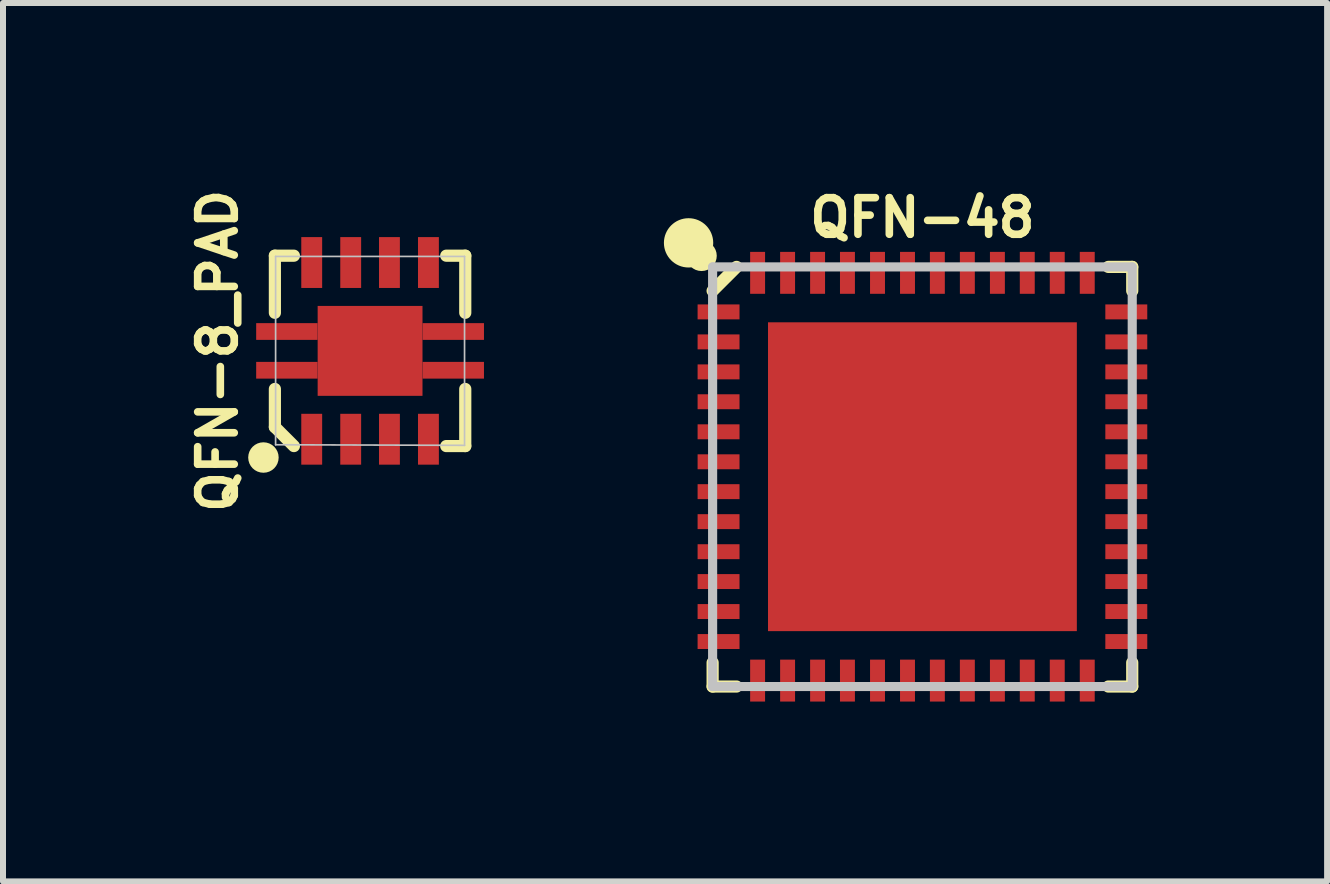
<source format=kicad_pcb>
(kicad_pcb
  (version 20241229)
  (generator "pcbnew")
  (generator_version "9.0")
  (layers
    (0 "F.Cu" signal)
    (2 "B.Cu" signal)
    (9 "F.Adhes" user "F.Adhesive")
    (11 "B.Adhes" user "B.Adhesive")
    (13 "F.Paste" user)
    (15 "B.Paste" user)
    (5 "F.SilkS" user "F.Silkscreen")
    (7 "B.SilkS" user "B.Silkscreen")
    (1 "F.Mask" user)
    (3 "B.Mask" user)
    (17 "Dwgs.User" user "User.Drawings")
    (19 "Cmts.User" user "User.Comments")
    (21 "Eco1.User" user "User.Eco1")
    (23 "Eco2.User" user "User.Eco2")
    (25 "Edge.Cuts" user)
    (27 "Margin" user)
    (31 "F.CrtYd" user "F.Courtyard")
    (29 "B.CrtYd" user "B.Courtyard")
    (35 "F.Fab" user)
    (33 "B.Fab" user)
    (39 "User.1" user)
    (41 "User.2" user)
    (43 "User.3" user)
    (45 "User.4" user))
  (footprint "QFN-48"
    (layer "F.Cu")
    (at 12.329 4.898)
    (property "Reference" "QFN-48" (at 0 -4.318 0) (layer "F.SilkS") (effects (font (size 0.61 0.61) (thickness 0.127))))
    (attr smd)
    (fp_line (start -3.498 -3.099) (end -3.099 -3.498) (stroke (width 0.203) (type solid)) (layer "F.SilkS"))
    (fp_line (start -3.498 3.498) (end -3.498 3.099) (stroke (width 0.203) (type solid)) (layer "F.SilkS"))
    (fp_line (start -3.099 3.498) (end -3.498 3.498) (stroke (width 0.203) (type solid)) (layer "F.SilkS"))
    (fp_line (start 3.099 -3.498) (end 3.498 -3.498) (stroke (width 0.203) (type solid)) (layer "F.SilkS"))
    (fp_line (start 3.498 -3.498) (end 3.498 -3.099) (stroke (width 0.203) (type solid)) (layer "F.SilkS"))
    (fp_line (start 3.498 3.099) (end 3.498 3.498) (stroke (width 0.203) (type solid)) (layer "F.SilkS"))
    (fp_line (start 3.498 3.498) (end 3.099 3.498) (stroke (width 0.203) (type solid)) (layer "F.SilkS"))
    (fp_circle (center -3.899 -3.899) (end -3.899 -4.31) (stroke (width 0) (type solid)) (fill yes) (layer "F.SilkS"))
    (fp_circle (center -3.683 -3.683) (end -3.556 -3.683) (stroke (width 0.254) (type solid)) (fill no) (layer "F.SilkS"))
    (fp_line (start -3.498 -3.498) (end -3.498 3.498) (stroke (width 0.152) (type solid)) (layer "Dwgs.User"))
    (fp_line (start -3.498 3.498) (end 3.498 3.498) (stroke (width 0.152) (type solid)) (layer "Dwgs.User"))
    (fp_line (start 3.498 -3.498) (end -3.498 -3.498) (stroke (width 0.152) (type solid)) (layer "Dwgs.User"))
    (fp_line (start 3.498 3.498) (end 3.498 -3.498) (stroke (width 0.152) (type solid)) (layer "Dwgs.User"))
    (pad "1" smd rect (at -3.399 -2.748) (size 0.699 0.249) (layers "F.Cu" "F.Mask" "F.Paste"))
    (pad "2" smd rect (at -3.399 -2.248) (size 0.699 0.249) (layers "F.Cu" "F.Mask" "F.Paste"))
    (pad "3" smd rect (at -3.399 -1.748) (size 0.699 0.249) (layers "F.Cu" "F.Mask" "F.Paste"))
    (pad "4" smd rect (at -3.399 -1.25) (size 0.699 0.249) (layers "F.Cu" "F.Mask" "F.Paste"))
    (pad "5" smd rect (at -3.399 -0.749) (size 0.699 0.249) (layers "F.Cu" "F.Mask" "F.Paste"))
    (pad "6" smd rect (at -3.399 -0.249) (size 0.699 0.249) (layers "F.Cu" "F.Mask" "F.Paste"))
    (pad "7" smd rect (at -3.399 0.249) (size 0.699 0.249) (layers "F.Cu" "F.Mask" "F.Paste"))
    (pad "8" smd rect (at -3.399 0.749) (size 0.699 0.249) (layers "F.Cu" "F.Mask" "F.Paste"))
    (pad "9" smd rect (at -3.399 1.25) (size 0.699 0.249) (layers "F.Cu" "F.Mask" "F.Paste"))
    (pad "10" smd rect (at -3.399 1.748) (size 0.699 0.249) (layers "F.Cu" "F.Mask" "F.Paste"))
    (pad "11" smd rect (at -3.399 2.248) (size 0.699 0.249) (layers "F.Cu" "F.Mask" "F.Paste"))
    (pad "12" smd rect (at -3.399 2.748) (size 0.699 0.249) (layers "F.Cu" "F.Mask" "F.Paste"))
    (pad "13" smd rect (at -2.748 3.399 90) (size 0.699 0.249) (layers "F.Cu" "F.Mask" "F.Paste"))
    (pad "14" smd rect (at -2.248 3.399 90) (size 0.699 0.249) (layers "F.Cu" "F.Mask" "F.Paste"))
    (pad "15" smd rect (at -1.748 3.399 90) (size 0.699 0.249) (layers "F.Cu" "F.Mask" "F.Paste"))
    (pad "16" smd rect (at -1.25 3.399 90) (size 0.699 0.249) (layers "F.Cu" "F.Mask" "F.Paste"))
    (pad "17" smd rect (at -0.749 3.399 90) (size 0.699 0.249) (layers "F.Cu" "F.Mask" "F.Paste"))
    (pad "18" smd rect (at -0.249 3.399 90) (size 0.699 0.249) (layers "F.Cu" "F.Mask" "F.Paste"))
    (pad "19" smd rect (at 0.249 3.399 90) (size 0.699 0.249) (layers "F.Cu" "F.Mask" "F.Paste"))
    (pad "20" smd rect (at 0.749 3.399 90) (size 0.699 0.249) (layers "F.Cu" "F.Mask" "F.Paste"))
    (pad "21" smd rect (at 1.25 3.399 90) (size 0.699 0.249) (layers "F.Cu" "F.Mask" "F.Paste"))
    (pad "22" smd rect (at 1.748 3.399 90) (size 0.699 0.249) (layers "F.Cu" "F.Mask" "F.Paste"))
    (pad "23" smd rect (at 2.248 3.399 90) (size 0.699 0.249) (layers "F.Cu" "F.Mask" "F.Paste"))
    (pad "24" smd rect (at 2.748 3.399 90) (size 0.699 0.249) (layers "F.Cu" "F.Mask" "F.Paste"))
    (pad "25" smd rect (at 3.399 2.748 180) (size 0.699 0.249) (layers "F.Cu" "F.Mask" "F.Paste"))
    (pad "26" smd rect (at 3.399 2.248 180) (size 0.699 0.249) (layers "F.Cu" "F.Mask" "F.Paste"))
    (pad "27" smd rect (at 3.399 1.748 180) (size 0.699 0.249) (layers "F.Cu" "F.Mask" "F.Paste"))
    (pad "28" smd rect (at 3.399 1.25 180) (size 0.699 0.249) (layers "F.Cu" "F.Mask" "F.Paste"))
    (pad "29" smd rect (at 3.399 0.749 180) (size 0.699 0.249) (layers "F.Cu" "F.Mask" "F.Paste"))
    (pad "30" smd rect (at 3.399 0.249 180) (size 0.699 0.249) (layers "F.Cu" "F.Mask" "F.Paste"))
    (pad "31" smd rect (at 3.399 -0.249 180) (size 0.699 0.249) (layers "F.Cu" "F.Mask" "F.Paste"))
    (pad "32" smd rect (at 3.399 -0.749 180) (size 0.699 0.249) (layers "F.Cu" "F.Mask" "F.Paste"))
    (pad "33" smd rect (at 3.399 -1.25 180) (size 0.699 0.249) (layers "F.Cu" "F.Mask" "F.Paste"))
    (pad "34" smd rect (at 3.399 -1.748 180) (size 0.699 0.249) (layers "F.Cu" "F.Mask" "F.Paste"))
    (pad "35" smd rect (at 3.399 -2.248 180) (size 0.699 0.249) (layers "F.Cu" "F.Mask" "F.Paste"))
    (pad "36" smd rect (at 3.399 -2.748 180) (size 0.699 0.249) (layers "F.Cu" "F.Mask" "F.Paste"))
    (pad "37" smd rect (at 2.748 -3.399 270) (size 0.699 0.249) (layers "F.Cu" "F.Mask" "F.Paste"))
    (pad "38" smd rect (at 2.248 -3.399 270) (size 0.699 0.249) (layers "F.Cu" "F.Mask" "F.Paste"))
    (pad "39" smd rect (at 1.748 -3.399 270) (size 0.699 0.249) (layers "F.Cu" "F.Mask" "F.Paste"))
    (pad "40" smd rect (at 1.25 -3.399 270) (size 0.699 0.249) (layers "F.Cu" "F.Mask" "F.Paste"))
    (pad "41" smd rect (at 0.749 -3.399 270) (size 0.699 0.249) (layers "F.Cu" "F.Mask" "F.Paste"))
    (pad "42" smd rect (at 0.249 -3.399 270) (size 0.699 0.249) (layers "F.Cu" "F.Mask" "F.Paste"))
    (pad "43" smd rect (at -0.249 -3.399 270) (size 0.699 0.249) (layers "F.Cu" "F.Mask" "F.Paste"))
    (pad "44" smd rect (at -0.749 -3.399 270) (size 0.699 0.249) (layers "F.Cu" "F.Mask" "F.Paste"))
    (pad "45" smd rect (at -1.25 -3.399 270) (size 0.699 0.249) (layers "F.Cu" "F.Mask" "F.Paste"))
    (pad "46" smd rect (at -1.748 -3.399 270) (size 0.699 0.249) (layers "F.Cu" "F.Mask" "F.Paste"))
    (pad "47" smd rect (at -2.248 -3.399 270) (size 0.699 0.249) (layers "F.Cu" "F.Mask" "F.Paste"))
    (pad "48" smd rect (at -2.748 -3.399 270) (size 0.699 0.249) (layers "F.Cu" "F.Mask" "F.Paste"))
    (pad "EP" smd rect (at 0 0) (size 5.149 5.149) (layers "F.Cu" "F.Mask" "F.Paste")))
  (footprint "QFN-8_PAD"
    (layer "F.Cu")
    (at 3.12 2.8)
    (property "Reference" "QFN-8_PAD" (at -2.54 0 90) (layer "F.SilkS") (effects (font (size 0.61 0.61) (thickness 0.127))))
    (attr smd)
    (fp_line (start -1.587 -1.587) (end -1.587 -0.635) (stroke (width 0.203) (type solid)) (layer "F.SilkS"))
    (fp_line (start -1.587 1.27) (end -1.587 0.635) (stroke (width 0.203) (type solid)) (layer "F.SilkS"))
    (fp_line (start -1.27 -1.587) (end -1.587 -1.587) (stroke (width 0.203) (type solid)) (layer "F.SilkS"))
    (fp_line (start -1.27 1.587) (end -1.587 1.27) (stroke (width 0.203) (type solid)) (layer "F.SilkS"))
    (fp_line (start 1.27 -1.587) (end 1.587 -1.587) (stroke (width 0.203) (type solid)) (layer "F.SilkS"))
    (fp_line (start 1.587 -1.587) (end 1.587 -0.635) (stroke (width 0.203) (type solid)) (layer "F.SilkS"))
    (fp_line (start 1.587 0.635) (end 1.587 1.587) (stroke (width 0.203) (type solid)) (layer "F.SilkS"))
    (fp_line (start 1.587 1.587) (end 1.27 1.587) (stroke (width 0.203) (type solid)) (layer "F.SilkS"))
    (fp_circle (center -1.778 1.778) (end -1.651 1.778) (stroke (width 0.254) (type solid)) (fill no) (layer "F.SilkS"))
    (fp_line (start -1.575 -1.575) (end 1.575 -1.575) (stroke (width 0.028) (type solid)) (layer "Dwgs.User"))
    (fp_line (start -1.575 1.565) (end -1.575 -1.575) (stroke (width 0.028) (type solid)) (layer "Dwgs.User"))
    (fp_line (start 1.575 -1.575) (end 1.575 1.575) (stroke (width 0.028) (type solid)) (layer "Dwgs.User"))
    (fp_line (start 1.575 1.575) (end -1.575 1.565) (stroke (width 0.028) (type solid)) (layer "Dwgs.User"))
    (pad "1" smd rect (at -0.973 1.473 90) (size 0.848 0.348) (layers "F.Cu" "F.Mask" "F.Paste"))
    (pad "2" smd rect (at -0.323 1.473 90) (size 0.848 0.348) (layers "F.Cu" "F.Mask" "F.Paste"))
    (pad "3" smd rect (at 0.323 1.473 90) (size 0.848 0.348) (layers "F.Cu" "F.Mask" "F.Paste"))
    (pad "4" smd rect (at 0.973 1.473 90) (size 0.848 0.348) (layers "F.Cu" "F.Mask" "F.Paste"))
    (pad "5" smd rect (at 0.973 -1.473 90) (size 0.848 0.348) (layers "F.Cu" "F.Mask" "F.Paste"))
    (pad "6" smd rect (at 0.323 -1.473 90) (size 0.848 0.348) (layers "F.Cu" "F.Mask" "F.Paste"))
    (pad "7" smd rect (at -0.323 -1.473 90) (size 0.848 0.348) (layers "F.Cu" "F.Mask" "F.Paste"))
    (pad "8" smd rect (at -0.973 -1.473 270) (size 0.848 0.348) (layers "F.Cu" "F.Mask" "F.Paste"))
    (pad "9" smd rect (at 0 0 90) (size 1.499 1.748) (layers "F.Cu" "F.Mask" "F.Paste"))
    (pad "10" smd rect (at -1.387 0.323 180) (size 1.024 0.279) (layers "F.Cu" "F.Mask" "F.Paste"))
    (pad "11" smd rect (at 1.387 0.323 180) (size 1.024 0.279) (layers "F.Cu" "F.Mask" "F.Paste"))
    (pad "12" smd rect (at 1.387 -0.323 180) (size 1.024 0.279) (layers "F.Cu" "F.Mask" "F.Paste"))
    (pad "13" smd rect (at -1.387 -0.323 180) (size 1.024 0.279) (layers "F.Cu" "F.Mask" "F.Paste")))
  (gr_rect
    (start -3 -3)
    (end 19.076 11.645)
    (stroke (width 0.1) (type default))
    (fill no)
    (layer "Edge.Cuts")))
</source>
